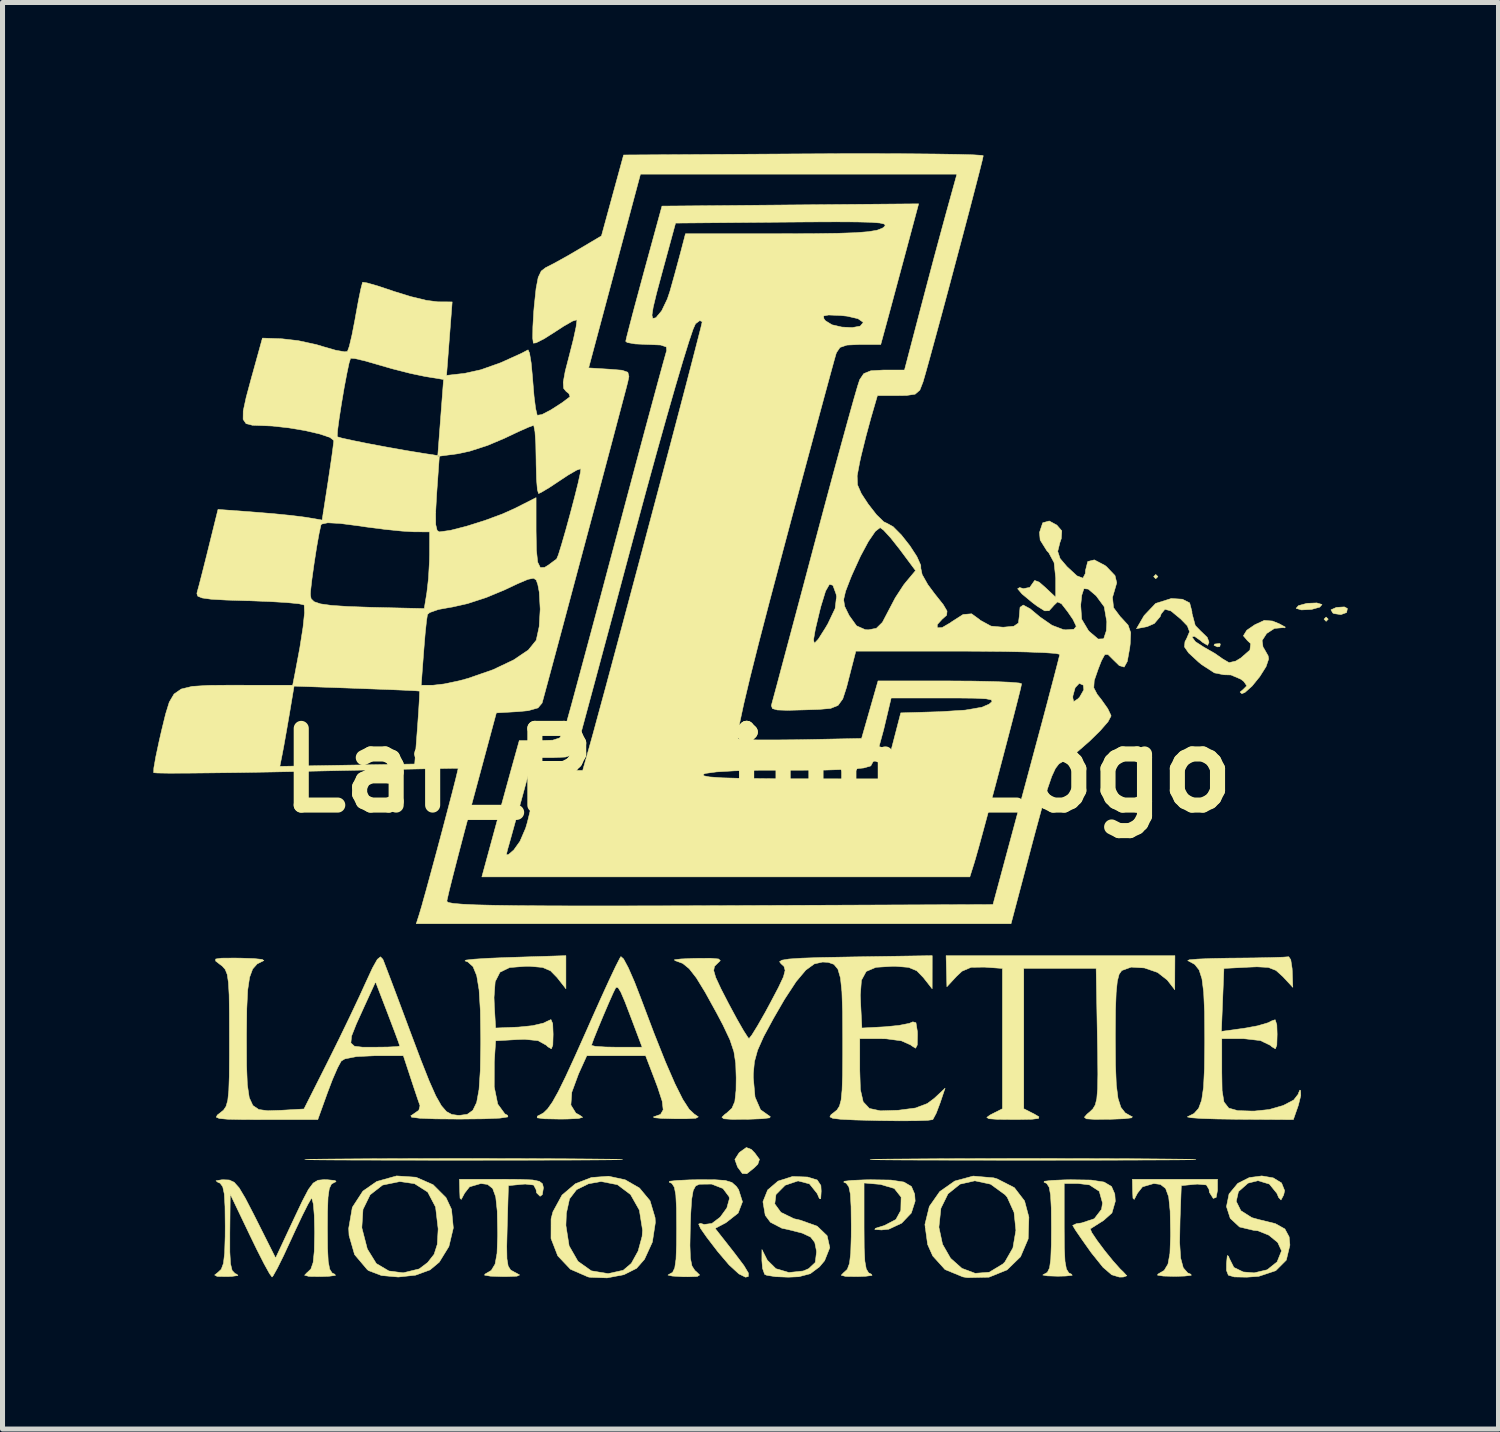
<source format=kicad_pcb>
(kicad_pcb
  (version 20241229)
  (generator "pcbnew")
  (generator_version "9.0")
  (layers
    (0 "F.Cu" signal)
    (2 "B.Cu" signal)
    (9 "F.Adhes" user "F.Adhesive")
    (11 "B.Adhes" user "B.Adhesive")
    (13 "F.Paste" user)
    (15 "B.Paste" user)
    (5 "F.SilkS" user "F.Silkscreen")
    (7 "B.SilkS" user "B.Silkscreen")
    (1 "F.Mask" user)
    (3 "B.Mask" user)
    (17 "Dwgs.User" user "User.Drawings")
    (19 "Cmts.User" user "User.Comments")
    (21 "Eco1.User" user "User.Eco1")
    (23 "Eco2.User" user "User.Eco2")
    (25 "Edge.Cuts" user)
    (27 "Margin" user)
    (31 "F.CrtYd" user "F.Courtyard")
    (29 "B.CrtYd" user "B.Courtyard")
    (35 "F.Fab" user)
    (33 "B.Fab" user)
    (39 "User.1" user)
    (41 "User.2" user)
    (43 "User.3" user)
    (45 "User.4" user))
  (footprint "Laf_Racing_Logo"
    (layer "F.Cu")
    (at 12.01 12.265)
    (property "Reference" "Laf_Racing_Logo" (at 0 0 0) (layer "F.SilkS") (effects (font (size 1.524 1.524) (thickness 0.3))))
    (attr through_hole)
    (fp_poly (pts (xy 7.959 -3.852) (xy 7.916 -3.81) (xy 7.874 -3.852) (xy 7.916 -3.895) (xy 7.959 -3.852)) (stroke (width 0.01) (type solid)) (fill yes) (layer "F.SilkS"))
    (fp_poly (pts (xy 11.345 -3.006) (xy 11.303 -2.963) (xy 11.261 -3.006) (xy 11.303 -3.048) (xy 11.345 -3.006)) (stroke (width 0.01) (type solid)) (fill yes) (layer "F.SilkS"))
    (fp_poly (pts (xy 9.2 -2.512) (xy 9.189 -2.461) (xy 9.144 -2.455) (xy 9.074 -2.486) (xy 9.088 -2.512) (xy 9.188 -2.522) (xy 9.2 -2.512)) (stroke (width 0.01) (type solid)) (fill yes) (layer "F.SilkS"))
    (fp_poly (pts (xy 11.726 -3.218) (xy 11.71 -3.138) (xy 11.597 -3.097) (xy 11.459 -3.117) (xy 11.436 -3.129) (xy 11.399 -3.192) (xy 11.507 -3.24) (xy 11.666 -3.25) (xy 11.726 -3.218)) (stroke (width 0.01) (type solid)) (fill yes) (layer "F.SilkS"))
    (fp_poly (pts (xy 11.221 -3.298) (xy 11.221 -3.297) (xy 11.176 -3.245) (xy 11.014 -3.2) (xy 11.002 -3.199) (xy 10.81 -3.19) (xy 10.708 -3.221) (xy 10.707 -3.222) (xy 10.753 -3.275) (xy 10.914 -3.319) (xy 10.927 -3.321) (xy 11.118 -3.329) (xy 11.221 -3.298)) (stroke (width 0.01) (type solid)) (fill yes) (layer "F.SilkS"))
    (fp_poly (pts (xy -0.124 7.535) (xy -0.055 7.606) (xy 0.038 7.733) (xy 0.005 7.83) (xy -0.069 7.903) (xy -0.214 8.019) (xy -0.302 8.014) (xy -0.398 7.884) (xy -0.398 7.883) (xy -0.451 7.734) (xy -0.368 7.604) (xy -0.348 7.586) (xy -0.223 7.497) (xy -0.124 7.535)) (stroke (width 0.01) (type solid)) (fill yes) (layer "F.SilkS"))
    (fp_poly (pts (xy -4.69 7.718) (xy -3.789 7.722) (xy -3.281 7.726) (xy -2.921 7.73) (xy -2.724 7.734) (xy -2.684 7.737) (xy -2.795 7.74) (xy -3.05 7.743) (xy -3.443 7.746) (xy -3.969 7.747) (xy -4.62 7.749) (xy -5.39 7.749) (xy -5.842 7.75) (xy -6.673 7.749) (xy -7.388 7.748) (xy -7.98 7.747) (xy -8.444 7.745) (xy -8.773 7.742) (xy -8.96 7.739) (xy -9 7.736) (xy -8.887 7.732) (xy -8.613 7.728) (xy -8.403 7.726) (xy -7.579 7.72) (xy -6.645 7.717) (xy -5.662 7.716) (xy -4.69 7.718)) (stroke (width 0.01) (type solid)) (fill yes) (layer "F.SilkS"))
    (fp_poly (pts (xy 6.6 7.718) (xy 7.509 7.721) (xy 8.113 7.726) (xy 8.474 7.73) (xy 8.672 7.734) (xy 8.713 7.737) (xy 8.603 7.74) (xy 8.349 7.743) (xy 7.957 7.745) (xy 7.432 7.747) (xy 6.782 7.749) (xy 6.012 7.749) (xy 5.461 7.75) (xy 4.62 7.749) (xy 3.895 7.748) (xy 3.294 7.747) (xy 2.821 7.745) (xy 2.483 7.742) (xy 2.287 7.739) (xy 2.238 7.736) (xy 2.342 7.732) (xy 2.605 7.728) (xy 2.864 7.726) (xy 3.697 7.72) (xy 4.636 7.717) (xy 5.623 7.716) (xy 6.6 7.718)) (stroke (width 0.01) (type solid)) (fill yes) (layer "F.SilkS"))
    (fp_poly (pts (xy 9.144 8.345) (xy 9.117 8.489) (xy 9.059 8.509) (xy 8.982 8.387) (xy 8.975 8.329) (xy 8.922 8.241) (xy 8.746 8.225) (xy 8.7 8.228) (xy 8.424 8.255) (xy 8.399 8.932) (xy 8.391 9.385) (xy 8.411 9.695) (xy 8.463 9.889) (xy 8.552 9.991) (xy 8.615 10.017) (xy 8.622 10.038) (xy 8.489 10.053) (xy 8.297 10.059) (xy 8.068 10.053) (xy 7.951 10.035) (xy 7.959 10.014) (xy 8.083 9.941) (xy 8.159 9.815) (xy 8.198 9.6) (xy 8.21 9.258) (xy 8.21 9.186) (xy 8.202 8.761) (xy 8.173 8.478) (xy 8.112 8.311) (xy 8.01 8.231) (xy 7.877 8.213) (xy 7.652 8.279) (xy 7.554 8.403) (xy 7.488 8.529) (xy 7.463 8.505) (xy 7.456 8.361) (xy 7.451 8.128) (xy 9.144 8.128) (xy 9.144 8.345)) (stroke (width 0.01) (type solid)) (fill yes) (layer "F.SilkS"))
    (fp_poly (pts (xy 4.693 8.1) (xy 4.768 8.123) (xy 5.105 8.295) (xy 5.308 8.559) (xy 5.394 8.882) (xy 5.38 9.313) (xy 5.228 9.669) (xy 4.96 9.93) (xy 4.601 10.075) (xy 4.171 10.084) (xy 4.082 10.069) (xy 3.727 9.923) (xy 3.482 9.652) (xy 3.381 9.425) (xy 3.334 9.082) (xy 3.605 9.082) (xy 3.677 9.42) (xy 3.837 9.699) (xy 4.062 9.899) (xy 4.326 9.998) (xy 4.605 9.977) (xy 4.875 9.814) (xy 4.917 9.772) (xy 5.076 9.494) (xy 5.136 9.143) (xy 5.099 8.786) (xy 4.964 8.487) (xy 4.921 8.436) (xy 4.632 8.226) (xy 4.32 8.159) (xy 4.026 8.225) (xy 3.786 8.418) (xy 3.645 8.705) (xy 3.605 9.082) (xy 3.334 9.082) (xy 3.327 9.028) (xy 3.415 8.669) (xy 3.622 8.373) (xy 3.92 8.164) (xy 4.286 8.065) (xy 4.693 8.1)) (stroke (width 0.01) (type solid)) (fill yes) (layer "F.SilkS"))
    (fp_poly (pts (xy -6.79 8.088) (xy -6.45 8.237) (xy -6.193 8.494) (xy -6.084 8.727) (xy -6.048 9.096) (xy -6.136 9.465) (xy -6.328 9.777) (xy -6.511 9.93) (xy -6.798 10.035) (xy -7.142 10.072) (xy -7.476 10.042) (xy -7.733 9.944) (xy -7.758 9.925) (xy -8.011 9.626) (xy -8.121 9.245) (xy -8.128 9.103) (xy -8.126 9.092) (xy -7.867 9.092) (xy -7.76 9.506) (xy -7.755 9.519) (xy -7.579 9.804) (xy -7.328 9.952) (xy -7.045 9.988) (xy -6.727 9.911) (xy -6.558 9.783) (xy -6.43 9.62) (xy -6.367 9.423) (xy -6.35 9.127) (xy -6.35 9.11) (xy -6.401 8.68) (xy -6.557 8.383) (xy -6.819 8.216) (xy -7.112 8.174) (xy -7.455 8.244) (xy -7.702 8.437) (xy -7.844 8.728) (xy -7.867 9.092) (xy -8.126 9.092) (xy -8.056 8.687) (xy -7.846 8.364) (xy -7.57 8.172) (xy -7.176 8.062) (xy -6.79 8.088)) (stroke (width 0.01) (type solid)) (fill yes) (layer "F.SilkS"))
    (fp_poly (pts (xy -2.632 8.139) (xy -2.347 8.303) (xy -2.138 8.555) (xy -2.037 8.893) (xy -2.032 8.99) (xy -2.091 9.377) (xy -2.248 9.72) (xy -2.405 9.899) (xy -2.656 10.025) (xy -2.991 10.089) (xy -3.331 10.077) (xy -3.369 10.07) (xy -3.72 9.917) (xy -3.972 9.651) (xy -4.106 9.305) (xy -4.105 9.047) (xy -3.81 9.047) (xy -3.746 9.453) (xy -3.57 9.76) (xy -3.304 9.949) (xy -2.971 10.004) (xy -2.671 9.938) (xy -2.509 9.8) (xy -2.374 9.555) (xy -2.295 9.264) (xy -2.286 9.14) (xy -2.35 8.741) (xy -2.525 8.432) (xy -2.786 8.236) (xy -3.111 8.173) (xy -3.361 8.218) (xy -3.598 8.335) (xy -3.738 8.518) (xy -3.801 8.805) (xy -3.81 9.047) (xy -4.105 9.047) (xy -4.105 8.916) (xy -4.068 8.775) (xy -3.887 8.443) (xy -3.621 8.217) (xy -3.301 8.093) (xy -2.961 8.068) (xy -2.632 8.139)) (stroke (width 0.01) (type solid)) (fill yes) (layer "F.SilkS"))
    (fp_poly (pts (xy -4.717 8.131) (xy -4.474 8.142) (xy -4.337 8.17) (xy -4.275 8.219) (xy -4.257 8.297) (xy -4.257 8.297) (xy -4.279 8.434) (xy -4.323 8.467) (xy -4.393 8.398) (xy -4.403 8.334) (xy -4.451 8.243) (xy -4.617 8.224) (xy -4.678 8.228) (xy -4.953 8.255) (xy -4.977 9.082) (xy -4.986 9.463) (xy -4.982 9.709) (xy -4.958 9.854) (xy -4.909 9.932) (xy -4.826 9.979) (xy -4.808 9.987) (xy -4.73 10.031) (xy -4.784 10.055) (xy -4.987 10.063) (xy -5.08 10.063) (xy -5.309 10.055) (xy -5.427 10.035) (xy -5.419 10.014) (xy -5.294 9.941) (xy -5.218 9.815) (xy -5.179 9.6) (xy -5.167 9.258) (xy -5.167 9.186) (xy -5.175 8.761) (xy -5.205 8.478) (xy -5.266 8.311) (xy -5.367 8.231) (xy -5.5 8.213) (xy -5.726 8.279) (xy -5.823 8.403) (xy -5.89 8.529) (xy -5.915 8.505) (xy -5.921 8.361) (xy -5.927 8.128) (xy -5.098 8.128) (xy -4.717 8.131)) (stroke (width 0.01) (type solid)) (fill yes) (layer "F.SilkS"))
    (fp_poly (pts (xy 2.649 8.144) (xy 2.91 8.184) (xy 3.059 8.272) (xy 3.123 8.422) (xy 3.133 8.562) (xy 3.057 8.799) (xy 2.865 9.001) (xy 2.609 9.121) (xy 2.465 9.136) (xy 2.331 9.127) (xy 2.342 9.104) (xy 2.508 9.052) (xy 2.518 9.05) (xy 2.75 8.928) (xy 2.848 8.748) (xy 2.854 8.483) (xy 2.718 8.311) (xy 2.44 8.23) (xy 2.426 8.229) (xy 2.117 8.202) (xy 2.117 9.09) (xy 2.12 9.493) (xy 2.133 9.756) (xy 2.161 9.912) (xy 2.208 9.989) (xy 2.265 10.017) (xy 2.276 10.04) (xy 2.147 10.057) (xy 1.99 10.063) (xy 1.751 10.06) (xy 1.663 10.036) (xy 1.709 9.987) (xy 1.714 9.984) (xy 1.784 9.919) (xy 1.828 9.8) (xy 1.852 9.594) (xy 1.862 9.268) (xy 1.863 9.061) (xy 1.859 8.672) (xy 1.845 8.421) (xy 1.814 8.277) (xy 1.762 8.207) (xy 1.714 8.186) (xy 1.722 8.168) (xy 1.869 8.151) (xy 2.128 8.14) (xy 2.248 8.138) (xy 2.649 8.144)) (stroke (width 0.01) (type solid)) (fill yes) (layer "F.SilkS"))
    (fp_poly (pts (xy 10.252 8.101) (xy 10.417 8.202) (xy 10.478 8.354) (xy 10.459 8.44) (xy 10.406 8.54) (xy 10.359 8.491) (xy 10.326 8.411) (xy 10.175 8.224) (xy 9.948 8.156) (xy 9.75 8.206) (xy 9.56 8.374) (xy 9.516 8.568) (xy 9.608 8.753) (xy 9.826 8.891) (xy 9.966 8.93) (xy 10.293 9.01) (xy 10.483 9.116) (xy 10.568 9.274) (xy 10.583 9.437) (xy 10.511 9.736) (xy 10.301 9.946) (xy 9.964 10.058) (xy 9.725 10.075) (xy 9.479 10.07) (xy 9.359 10.035) (xy 9.322 9.94) (xy 9.323 9.8) (xy 9.338 9.645) (xy 9.365 9.659) (xy 9.375 9.694) (xy 9.469 9.881) (xy 9.655 9.971) (xy 9.872 9.989) (xy 10.131 9.928) (xy 10.329 9.77) (xy 10.414 9.558) (xy 10.414 9.544) (xy 10.341 9.385) (xy 10.164 9.24) (xy 9.946 9.152) (xy 9.864 9.144) (xy 9.582 9.077) (xy 9.397 8.905) (xy 9.322 8.672) (xy 9.373 8.421) (xy 9.546 8.211) (xy 9.775 8.095) (xy 10.024 8.062) (xy 10.252 8.101)) (stroke (width 0.01) (type solid)) (fill yes) (layer "F.SilkS"))
    (fp_poly (pts (xy 0.994 8.084) (xy 1.186 8.143) (xy 1.259 8.253) (xy 1.265 8.365) (xy 1.256 8.517) (xy 1.229 8.511) (xy 1.185 8.411) (xy 1.032 8.22) (xy 0.805 8.161) (xy 0.552 8.246) (xy 0.546 8.25) (xy 0.366 8.432) (xy 0.342 8.618) (xy 0.464 8.786) (xy 0.722 8.912) (xy 0.855 8.943) (xy 1.186 9.062) (xy 1.383 9.251) (xy 1.436 9.488) (xy 1.333 9.747) (xy 1.232 9.868) (xy 1.048 10.006) (xy 0.82 10.066) (xy 0.611 10.075) (xy 0.359 10.065) (xy 0.183 10.037) (xy 0.141 10.019) (xy 0.099 9.899) (xy 0.086 9.744) (xy 0.087 9.525) (xy 0.194 9.737) (xy 0.365 9.906) (xy 0.623 9.982) (xy 0.907 9.952) (xy 1.017 9.905) (xy 1.147 9.782) (xy 1.172 9.575) (xy 1.169 9.542) (xy 1.137 9.384) (xy 1.055 9.277) (xy 0.888 9.199) (xy 0.599 9.126) (xy 0.484 9.102) (xy 0.257 8.984) (xy 0.153 8.845) (xy 0.107 8.576) (xy 0.201 8.341) (xy 0.407 8.165) (xy 0.696 8.073) (xy 0.994 8.084)) (stroke (width 0.01) (type solid)) (fill yes) (layer "F.SilkS"))
    (fp_poly (pts (xy 8.295 4.022) (xy 8.294 4.36) (xy 8.145 4.168) (xy 7.952 4.017) (xy 7.69 3.927) (xy 7.428 3.911) (xy 7.24 3.979) (xy 7.188 4.053) (xy 7.152 4.191) (xy 7.129 4.419) (xy 7.116 4.762) (xy 7.112 5.245) (xy 7.112 5.328) (xy 7.116 5.861) (xy 7.132 6.251) (xy 7.166 6.521) (xy 7.223 6.699) (xy 7.309 6.809) (xy 7.428 6.876) (xy 7.451 6.884) (xy 7.438 6.907) (xy 7.288 6.925) (xy 7.032 6.935) (xy 6.997 6.936) (xy 6.695 6.937) (xy 6.537 6.927) (xy 6.497 6.895) (xy 6.551 6.833) (xy 6.597 6.795) (xy 6.665 6.731) (xy 6.713 6.651) (xy 6.744 6.527) (xy 6.76 6.333) (xy 6.765 6.04) (xy 6.761 5.622) (xy 6.755 5.292) (xy 6.731 3.937) (xy 5.292 3.937) (xy 5.292 6.726) (xy 5.503 6.833) (xy 5.594 6.887) (xy 5.586 6.919) (xy 5.459 6.935) (xy 5.191 6.94) (xy 5.08 6.94) (xy 4.765 6.937) (xy 4.598 6.925) (xy 4.557 6.899) (xy 4.621 6.852) (xy 4.657 6.833) (xy 4.868 6.726) (xy 4.868 3.937) (xy 4.509 3.911) (xy 4.245 3.915) (xy 4.065 3.992) (xy 3.957 4.093) (xy 3.764 4.301) (xy 3.756 3.992) (xy 3.748 3.683) (xy 8.297 3.683) (xy 8.295 4.022)) (stroke (width 0.01) (type solid)) (fill yes) (layer "F.SilkS"))
    (fp_poly (pts (xy -0.642 8.152) (xy -0.51 8.192) (xy -0.423 8.269) (xy -0.377 8.334) (xy -0.3 8.576) (xy -0.386 8.801) (xy -0.629 8.992) (xy -0.636 8.996) (xy -0.844 9.105) (xy -0.463 9.59) (xy -0.272 9.843) (xy -0.182 9.993) (xy -0.184 10.062) (xy -0.239 10.075) (xy -0.372 10.009) (xy -0.567 9.83) (xy -0.791 9.567) (xy -1.011 9.28) (xy -1.134 9.104) (xy -1.171 9.019) (xy -1.132 9.005) (xy -1.062 9.027) (xy -0.908 9.007) (xy -0.742 8.881) (xy -0.611 8.7) (xy -0.56 8.516) (xy -0.566 8.475) (xy -0.688 8.312) (xy -0.914 8.224) (xy -1.157 8.227) (xy -1.231 8.261) (xy -1.279 8.35) (xy -1.31 8.526) (xy -1.329 8.822) (xy -1.337 9.059) (xy -1.344 9.445) (xy -1.335 9.698) (xy -1.304 9.852) (xy -1.246 9.942) (xy -1.215 9.968) (xy -1.151 10.031) (xy -1.199 10.061) (xy -1.383 10.067) (xy -1.487 10.066) (xy -1.694 10.053) (xy -1.781 10.033) (xy -1.757 10.017) (xy -1.689 9.98) (xy -1.646 9.89) (xy -1.621 9.716) (xy -1.611 9.428) (xy -1.609 9.102) (xy -1.612 8.702) (xy -1.625 8.441) (xy -1.654 8.288) (xy -1.702 8.212) (xy -1.757 8.186) (xy -1.749 8.168) (xy -1.6 8.152) (xy -1.341 8.14) (xy -1.208 8.138) (xy -0.861 8.137) (xy -0.642 8.152)) (stroke (width 0.01) (type solid)) (fill yes) (layer "F.SilkS"))
    (fp_poly (pts (xy 6.628 8.144) (xy 6.889 8.184) (xy 7.037 8.272) (xy 7.102 8.422) (xy 7.112 8.566) (xy 7.045 8.798) (xy 6.879 8.947) (xy 6.71 9.054) (xy 6.617 9.113) (xy 6.615 9.114) (xy 6.643 9.187) (xy 6.749 9.345) (xy 6.9 9.547) (xy 7.065 9.75) (xy 7.21 9.913) (xy 7.27 9.97) (xy 7.341 10.047) (xy 7.271 10.072) (xy 7.192 10.073) (xy 7.04 10.027) (xy 6.867 9.878) (xy 6.646 9.603) (xy 6.625 9.575) (xy 6.45 9.328) (xy 6.321 9.14) (xy 6.266 9.048) (xy 6.265 9.045) (xy 6.337 9.012) (xy 6.441 8.997) (xy 6.694 8.913) (xy 6.838 8.726) (xy 6.858 8.6) (xy 6.793 8.367) (xy 6.598 8.24) (xy 6.375 8.213) (xy 6.096 8.213) (xy 6.096 9.095) (xy 6.099 9.496) (xy 6.112 9.759) (xy 6.14 9.913) (xy 6.188 9.99) (xy 6.244 10.017) (xy 6.255 10.038) (xy 6.126 10.052) (xy 5.969 10.056) (xy 5.76 10.049) (xy 5.67 10.032) (xy 5.694 10.017) (xy 5.761 9.98) (xy 5.805 9.89) (xy 5.829 9.716) (xy 5.84 9.428) (xy 5.842 9.102) (xy 5.839 8.702) (xy 5.825 8.441) (xy 5.797 8.288) (xy 5.749 8.212) (xy 5.694 8.186) (xy 5.701 8.168) (xy 5.849 8.151) (xy 6.107 8.14) (xy 6.227 8.138) (xy 6.628 8.144)) (stroke (width 0.01) (type solid)) (fill yes) (layer "F.SilkS"))
    (fp_poly (pts (xy -2.664 3.748) (xy -2.569 3.925) (xy -2.447 4.204) (xy -2.33 4.506) (xy -2.058 5.226) (xy -1.831 5.796) (xy -1.642 6.23) (xy -1.487 6.54) (xy -1.359 6.738) (xy -1.253 6.837) (xy -1.245 6.841) (xy -1.177 6.888) (xy -1.226 6.915) (xy -1.41 6.925) (xy -1.651 6.925) (xy -1.911 6.918) (xy -2.059 6.904) (xy -2.068 6.886) (xy -2.053 6.883) (xy -1.929 6.839) (xy -1.876 6.748) (xy -1.895 6.579) (xy -1.986 6.3) (xy -2.044 6.146) (xy -2.225 5.673) (xy -3.395 5.673) (xy -3.558 6.032) (xy -3.693 6.398) (xy -3.711 6.653) (xy -3.612 6.813) (xy -3.535 6.855) (xy -3.477 6.896) (xy -3.557 6.92) (xy -3.787 6.931) (xy -3.937 6.932) (xy -4.238 6.926) (xy -4.381 6.907) (xy -4.377 6.873) (xy -4.343 6.857) (xy -4.258 6.811) (xy -4.174 6.73) (xy -4.079 6.596) (xy -3.963 6.389) (xy -3.816 6.09) (xy -3.627 5.679) (xy -3.532 5.467) (xy -3.302 5.467) (xy -3.225 5.486) (xy -3.025 5.499) (xy -2.798 5.503) (xy -2.294 5.503) (xy -2.509 4.932) (xy -2.635 4.602) (xy -2.719 4.406) (xy -2.773 4.319) (xy -2.811 4.314) (xy -2.821 4.325) (xy -2.868 4.419) (xy -2.956 4.617) (xy -3.064 4.869) (xy -3.171 5.126) (xy -3.257 5.339) (xy -3.3 5.458) (xy -3.302 5.467) (xy -3.532 5.467) (xy -3.385 5.138) (xy -3.298 4.94) (xy -3.113 4.527) (xy -2.949 4.168) (xy -2.819 3.893) (xy -2.736 3.731) (xy -2.717 3.701) (xy -2.664 3.748)) (stroke (width 0.01) (type solid)) (fill yes) (layer "F.SilkS"))
    (fp_poly (pts (xy 8.445 -3.403) (xy 8.59 -3.33) (xy 8.636 -3.155) (xy 8.636 -3.124) (xy 8.701 -2.881) (xy 8.805 -2.774) (xy 8.939 -2.645) (xy 8.975 -2.549) (xy 8.947 -2.486) (xy 8.845 -2.547) (xy 8.805 -2.582) (xy 8.684 -2.667) (xy 8.636 -2.652) (xy 8.704 -2.559) (xy 8.868 -2.453) (xy 8.869 -2.452) (xy 9.09 -2.326) (xy 9.248 -2.215) (xy 9.373 -2.142) (xy 9.504 -2.172) (xy 9.607 -2.234) (xy 9.788 -2.392) (xy 9.803 -2.52) (xy 9.737 -2.582) (xy 9.658 -2.676) (xy 9.726 -2.786) (xy 9.885 -2.895) (xy 10.073 -2.982) (xy 10.237 -2.969) (xy 10.372 -2.914) (xy 10.493 -2.848) (xy 10.477 -2.833) (xy 10.449 -2.838) (xy 10.275 -2.822) (xy 10.12 -2.721) (xy 10.03 -2.581) (xy 10.049 -2.449) (xy 10.06 -2.436) (xy 10.15 -2.278) (xy 10.16 -2.214) (xy 10.109 -2.063) (xy 9.985 -1.866) (xy 9.831 -1.676) (xy 9.688 -1.549) (xy 9.627 -1.525) (xy 9.592 -1.557) (xy 9.652 -1.607) (xy 9.726 -1.681) (xy 9.668 -1.766) (xy 9.609 -1.812) (xy 9.411 -1.897) (xy 9.271 -1.901) (xy 9.083 -1.938) (xy 8.827 -2.104) (xy 8.763 -2.157) (xy 8.569 -2.336) (xy 8.487 -2.455) (xy 8.497 -2.559) (xy 8.532 -2.624) (xy 8.588 -2.757) (xy 8.544 -2.874) (xy 8.414 -3.008) (xy 8.219 -3.169) (xy 8.099 -3.203) (xy 8.025 -3.114) (xy 8.004 -3.057) (xy 7.888 -2.92) (xy 7.743 -2.857) (xy 7.533 -2.817) (xy 7.685 -3.078) (xy 7.914 -3.319) (xy 8.225 -3.417) (xy 8.445 -3.403)) (stroke (width 0.01) (type solid)) (fill yes) (layer "F.SilkS"))
    (fp_poly (pts (xy 10.6 3.764) (xy 10.627 3.94) (xy 10.63 3.998) (xy 10.641 4.313) (xy 10.443 4.1) (xy 10.307 3.977) (xy 10.155 3.917) (xy 9.928 3.905) (xy 9.758 3.912) (xy 9.271 3.937) (xy 9.246 4.562) (xy 9.221 5.188) (xy 9.667 5.128) (xy 9.941 5.078) (xy 10.152 5.016) (xy 10.221 4.98) (xy 10.29 4.957) (xy 10.323 5.058) (xy 10.329 5.245) (xy 10.323 5.461) (xy 10.294 5.535) (xy 10.225 5.495) (xy 10.196 5.467) (xy 9.997 5.371) (xy 9.669 5.334) (xy 9.646 5.334) (xy 9.229 5.334) (xy 9.229 6.002) (xy 9.235 6.366) (xy 9.272 6.592) (xy 9.367 6.714) (xy 9.546 6.764) (xy 9.838 6.773) (xy 9.875 6.773) (xy 10.172 6.742) (xy 10.449 6.662) (xy 10.658 6.553) (xy 10.752 6.432) (xy 10.753 6.418) (xy 10.78 6.356) (xy 10.795 6.364) (xy 10.799 6.465) (xy 10.752 6.653) (xy 10.745 6.675) (xy 10.651 6.943) (xy 9.538 6.936) (xy 9.139 6.93) (xy 8.823 6.92) (xy 8.616 6.905) (xy 8.544 6.889) (xy 8.551 6.884) (xy 8.677 6.821) (xy 8.768 6.72) (xy 8.829 6.554) (xy 8.866 6.299) (xy 8.884 5.928) (xy 8.89 5.418) (xy 8.89 5.334) (xy 8.886 4.802) (xy 8.869 4.414) (xy 8.835 4.144) (xy 8.778 3.967) (xy 8.692 3.858) (xy 8.571 3.791) (xy 8.551 3.784) (xy 8.581 3.766) (xy 8.752 3.751) (xy 9.038 3.739) (xy 9.411 3.732) (xy 9.461 3.732) (xy 9.865 3.728) (xy 10.206 3.721) (xy 10.448 3.713) (xy 10.558 3.705) (xy 10.559 3.704) (xy 10.6 3.764)) (stroke (width 0.01) (type solid)) (fill yes) (layer "F.SilkS"))
    (fp_poly (pts (xy -8.552 8.138) (xy -8.398 8.153) (xy -8.379 8.178) (xy -8.403 8.186) (xy -8.471 8.224) (xy -8.514 8.314) (xy -8.539 8.488) (xy -8.549 8.776) (xy -8.551 9.102) (xy -8.548 9.501) (xy -8.535 9.762) (xy -8.506 9.915) (xy -8.458 9.991) (xy -8.403 10.017) (xy -8.392 10.04) (xy -8.521 10.057) (xy -8.678 10.063) (xy -8.917 10.06) (xy -9.005 10.036) (xy -8.959 9.987) (xy -8.954 9.984) (xy -8.88 9.913) (xy -8.835 9.783) (xy -8.812 9.557) (xy -8.805 9.201) (xy -8.805 9.165) (xy -8.812 8.849) (xy -8.831 8.62) (xy -8.859 8.513) (xy -8.873 8.513) (xy -8.936 8.622) (xy -9.049 8.846) (xy -9.192 9.148) (xy -9.276 9.331) (xy -9.423 9.648) (xy -9.547 9.898) (xy -9.63 10.046) (xy -9.652 10.072) (xy -9.703 10.002) (xy -9.81 9.809) (xy -9.954 9.526) (xy -10.088 9.25) (xy -10.483 8.424) (xy -10.491 9.201) (xy -10.491 9.574) (xy -10.477 9.81) (xy -10.445 9.942) (xy -10.387 10.003) (xy -10.351 10.017) (xy -10.33 10.042) (xy -10.451 10.059) (xy -10.541 10.063) (xy -10.742 10.06) (xy -10.793 10.032) (xy -10.732 9.984) (xy -10.662 9.919) (xy -10.618 9.8) (xy -10.594 9.594) (xy -10.584 9.268) (xy -10.583 9.061) (xy -10.587 8.672) (xy -10.601 8.421) (xy -10.632 8.277) (xy -10.684 8.207) (xy -10.732 8.186) (xy -10.766 8.158) (xy -10.652 8.139) (xy -10.624 8.138) (xy -10.503 8.143) (xy -10.405 8.188) (xy -10.307 8.298) (xy -10.185 8.502) (xy -10.017 8.826) (xy -9.974 8.911) (xy -9.581 9.694) (xy -9.215 8.911) (xy -9.048 8.559) (xy -8.929 8.332) (xy -8.834 8.205) (xy -8.74 8.148) (xy -8.623 8.136) (xy -8.552 8.138)) (stroke (width 0.01) (type solid)) (fill yes) (layer "F.SilkS"))
    (fp_poly (pts (xy 3.471 4.341) (xy 3.296 4.118) (xy 3.164 3.983) (xy 3.003 3.916) (xy 2.752 3.895) (xy 2.671 3.895) (xy 2.353 3.915) (xy 2.16 3.997) (xy 2.065 4.172) (xy 2.043 4.468) (xy 2.049 4.628) (xy 2.074 5.122) (xy 2.536 5.097) (xy 2.81 5.07) (xy 3.017 5.029) (xy 3.087 4.999) (xy 3.149 5.016) (xy 3.178 5.197) (xy 3.179 5.255) (xy 3.175 5.459) (xy 3.142 5.523) (xy 3.062 5.474) (xy 3.045 5.459) (xy 2.859 5.376) (xy 2.559 5.336) (xy 2.47 5.334) (xy 2.032 5.334) (xy 2.032 5.959) (xy 2.044 6.344) (xy 2.1 6.589) (xy 2.224 6.721) (xy 2.444 6.768) (xy 2.786 6.757) (xy 2.793 6.757) (xy 3.139 6.712) (xy 3.375 6.623) (xy 3.514 6.519) (xy 3.728 6.318) (xy 3.63 6.609) (xy 3.553 6.813) (xy 3.488 6.935) (xy 3.481 6.943) (xy 3.381 6.957) (xy 3.146 6.965) (xy 2.81 6.967) (xy 2.408 6.962) (xy 2.377 6.961) (xy 1.943 6.95) (xy 1.657 6.936) (xy 1.496 6.917) (xy 1.438 6.888) (xy 1.46 6.845) (xy 1.509 6.808) (xy 1.579 6.751) (xy 1.628 6.675) (xy 1.661 6.553) (xy 1.68 6.357) (xy 1.69 6.061) (xy 1.693 5.638) (xy 1.693 5.346) (xy 1.69 4.8) (xy 1.677 4.401) (xy 1.648 4.125) (xy 1.597 3.951) (xy 1.518 3.856) (xy 1.405 3.816) (xy 1.291 3.81) (xy 1.128 3.847) (xy 0.958 3.971) (xy 0.766 4.2) (xy 0.536 4.551) (xy 0.317 4.929) (xy 0.121 5.292) (xy 0.000497 5.563) (xy -0.062 5.791) (xy -0.084 6.027) (xy -0.085 6.108) (xy -0.05 6.495) (xy 0.059 6.746) (xy 0.252 6.883) (xy 0.254 6.884) (xy 0.241 6.907) (xy 0.091 6.925) (xy -0.166 6.935) (xy -0.209 6.936) (xy -0.513 6.937) (xy -0.671 6.926) (xy -0.709 6.896) (xy -0.651 6.839) (xy -0.612 6.811) (xy -0.509 6.716) (xy -0.452 6.583) (xy -0.428 6.363) (xy -0.425 6.112) (xy -0.434 5.826) (xy -0.47 5.592) (xy -0.549 5.355) (xy -0.688 5.061) (xy -0.812 4.826) (xy -1.041 4.411) (xy -1.216 4.125) (xy -1.359 3.942) (xy -1.488 3.837) (xy -1.624 3.787) (xy -1.639 3.784) (xy -1.653 3.765) (xy -1.525 3.749) (xy -1.282 3.738) (xy -1.233 3.737) (xy -0.931 3.735) (xy -0.775 3.749) (xy -0.74 3.782) (xy -0.793 3.833) (xy -0.856 3.895) (xy -0.872 3.979) (xy -0.832 4.117) (xy -0.727 4.343) (xy -0.576 4.636) (xy -0.413 4.939) (xy -0.278 5.175) (xy -0.19 5.311) (xy -0.169 5.331) (xy -0.114 5.262) (xy 0.001 5.076) (xy 0.155 4.806) (xy 0.244 4.641) (xy 0.416 4.315) (xy 0.515 4.104) (xy 0.548 3.976) (xy 0.526 3.897) (xy 0.466 3.842) (xy 0.437 3.803) (xy 0.484 3.773) (xy 0.624 3.75) (xy 0.876 3.733) (xy 1.257 3.72) (xy 1.787 3.71) (xy 1.894 3.708) (xy 3.472 3.683) (xy 3.471 4.341)) (stroke (width 0.01) (type solid)) (fill yes) (layer "F.SilkS"))
    (fp_poly (pts (xy -3.81 4.341) (xy -3.985 4.118) (xy -4.116 3.984) (xy -4.274 3.917) (xy -4.521 3.895) (xy -4.617 3.895) (xy -4.928 3.919) (xy -5.12 4.012) (xy -5.216 4.2) (xy -5.239 4.513) (xy -5.233 4.68) (xy -5.207 5.122) (xy -4.752 5.103) (xy -4.473 5.075) (xy -4.255 5.024) (xy -4.181 4.987) (xy -4.107 4.954) (xy -4.072 5.035) (xy -4.064 5.245) (xy -4.07 5.461) (xy -4.099 5.535) (xy -4.168 5.495) (xy -4.201 5.463) (xy -4.363 5.373) (xy -4.63 5.346) (xy -4.773 5.351) (xy -5.207 5.376) (xy -5.234 5.799) (xy -5.235 6.292) (xy -5.165 6.634) (xy -5.024 6.828) (xy -4.969 6.857) (xy -4.963 6.889) (xy -5.121 6.913) (xy -5.442 6.927) (xy -5.919 6.932) (xy -5.927 6.932) (xy -6.404 6.928) (xy -6.719 6.915) (xy -6.879 6.894) (xy -6.893 6.863) (xy -6.87 6.852) (xy -6.734 6.757) (xy -6.71 6.667) (xy -6.757 6.531) (xy -6.836 6.296) (xy -6.895 6.117) (xy -7.041 5.673) (xy -7.616 5.673) (xy -7.971 5.689) (xy -8.204 5.735) (xy -8.277 5.779) (xy -8.348 5.91) (xy -8.451 6.147) (xy -8.552 6.413) (xy -8.743 6.943) (xy -9.809 6.943) (xy -10.246 6.941) (xy -10.536 6.935) (xy -10.7 6.92) (xy -10.761 6.894) (xy -10.74 6.852) (xy -10.687 6.811) (xy -10.616 6.754) (xy -10.566 6.679) (xy -10.532 6.56) (xy -10.512 6.37) (xy -10.502 6.081) (xy -10.499 5.667) (xy -10.499 5.334) (xy -10.5 4.828) (xy -10.505 4.464) (xy -10.519 4.216) (xy -10.543 4.056) (xy -10.583 3.957) (xy -10.64 3.892) (xy -10.687 3.857) (xy -10.774 3.789) (xy -10.773 3.75) (xy -10.66 3.733) (xy -10.411 3.731) (xy -10.285 3.732) (xy -10.015 3.741) (xy -9.848 3.758) (xy -9.814 3.781) (xy -9.821 3.784) (xy -9.947 3.847) (xy -10.037 3.948) (xy -10.098 4.113) (xy -10.136 4.367) (xy -10.154 4.736) (xy -10.16 5.245) (xy -10.16 5.34) (xy -10.158 5.867) (xy -10.143 6.248) (xy -10.105 6.506) (xy -10.033 6.662) (xy -9.915 6.742) (xy -9.741 6.766) (xy -9.498 6.758) (xy -9.468 6.757) (xy -9.017 6.731) (xy -8.548 5.8) (xy -8.359 5.419) (xy -8.085 5.419) (xy -8.013 5.484) (xy -7.85 5.503) (xy -7.626 5.503) (xy -7.356 5.5) (xy -7.17 5.491) (xy -7.112 5.481) (xy -7.14 5.397) (xy -7.215 5.195) (xy -7.322 4.913) (xy -7.353 4.831) (xy -7.594 4.204) (xy -7.811 4.677) (xy -7.977 5.043) (xy -8.071 5.281) (xy -8.085 5.419) (xy -8.359 5.419) (xy -8.33 5.361) (xy -8.108 4.902) (xy -7.911 4.485) (xy -7.796 4.233) (xy -7.654 3.926) (xy -7.559 3.757) (xy -7.496 3.706) (xy -7.45 3.754) (xy -7.443 3.768) (xy -7.391 3.903) (xy -7.291 4.165) (xy -7.156 4.523) (xy -6.998 4.946) (xy -6.902 5.204) (xy -6.693 5.759) (xy -6.528 6.175) (xy -6.397 6.47) (xy -6.286 6.666) (xy -6.184 6.783) (xy -6.079 6.84) (xy -5.959 6.857) (xy -5.923 6.858) (xy -5.771 6.837) (xy -5.66 6.758) (xy -5.584 6.601) (xy -5.537 6.344) (xy -5.512 5.965) (xy -5.503 5.442) (xy -5.503 5.334) (xy -5.511 4.775) (xy -5.536 4.364) (xy -5.583 4.079) (xy -5.657 3.9) (xy -5.761 3.807) (xy -5.816 3.787) (xy -5.796 3.771) (xy -5.632 3.753) (xy -5.351 3.735) (xy -4.979 3.72) (xy -4.889 3.717) (xy -3.81 3.683) (xy -3.81 4.341)) (stroke (width 0.01) (type solid)) (fill yes) (layer "F.SilkS"))
    (fp_poly (pts (xy 2.924 -10.225) (xy 2.807 -9.791) (xy 2.697 -9.381) (xy 2.606 -9.043) (xy 2.547 -8.826) (xy 2.449 -8.467) (xy 2.034 -8.467) (xy 1.777 -8.455) (xy 1.639 -8.408) (xy 1.569 -8.305) (xy 1.559 -8.276) (xy 1.525 -8.157) (xy 1.452 -7.891) (xy 1.345 -7.497) (xy 1.208 -6.991) (xy 1.047 -6.391) (xy 0.865 -5.715) (xy 0.668 -4.979) (xy 0.507 -4.374) (xy 0.242 -3.374) (xy 0.023 -2.533) (xy -0.149 -1.849) (xy -0.275 -1.319) (xy -0.356 -0.94) (xy -0.393 -0.71) (xy -0.387 -0.625) (xy -0.386 -0.625) (xy -0.27 -0.613) (xy -0.017 -0.606) (xy 0.336 -0.605) (xy 0.758 -0.609) (xy 0.89 -0.611) (xy 2.068 -0.635) (xy 2.395 -1.778) (xy 3.822 -1.778) (xy 4.292 -1.775) (xy 4.697 -1.766) (xy 5.01 -1.753) (xy 5.201 -1.737) (xy 5.249 -1.722) (xy 5.229 -1.626) (xy 5.171 -1.395) (xy 5.085 -1.06) (xy 4.978 -0.649) (xy 4.858 -0.192) (xy 4.733 0.281) (xy 4.61 0.742) (xy 4.497 1.161) (xy 4.402 1.509) (xy 4.332 1.756) (xy 4.307 1.841) (xy 4.22 2.117) (xy -5.481 2.117) (xy -5.362 1.68) (xy -4.995 1.68) (xy -4.952 1.673) (xy -4.846 1.582) (xy -4.722 1.408) (xy -4.61 1.148) (xy -4.576 1.032) (xy -4.472 0.605) (xy -4.395 0.315) (xy -4.329 0.135) (xy -4.306 0.106) (xy -1.076 0.106) (xy -0.954 0.13) (xy -0.699 0.148) (xy -0.3 0.159) (xy 0.251 0.165) (xy 0.64 0.167) (xy 2.507 0.169) (xy 2.677 -0.487) (xy 2.847 -1.143) (xy 3.637 -1.167) (xy 4.126 -1.198) (xy 4.458 -1.255) (xy 4.602 -1.316) (xy 4.661 -1.367) (xy 4.649 -1.402) (xy 4.544 -1.423) (xy 4.326 -1.435) (xy 3.973 -1.439) (xy 3.717 -1.439) (xy 2.656 -1.439) (xy 2.507 -0.81) (xy 2.421 -0.494) (xy 2.332 -0.24) (xy 2.255 -0.096) (xy 2.246 -0.087) (xy 2.109 -0.048) (xy 1.806 -0.021) (xy 1.341 -0.006) (xy 0.718 -0.003) (xy 0.606 -0.004) (xy 0.02 -0.003) (xy -0.46 0.009) (xy -0.816 0.03) (xy -1.03 0.059) (xy -1.074 0.075) (xy -1.076 0.106) (xy -4.306 0.106) (xy -4.256 0.04) (xy -4.159 0.004) (xy -4.021 -0.001) (xy -3.894 0) (xy -3.476 0) (xy -3.35 -0.445) (xy -3.27 -0.731) (xy -3.16 -1.137) (xy -3.022 -1.643) (xy -2.864 -2.232) (xy -2.689 -2.884) (xy -2.503 -3.582) (xy -2.31 -4.305) (xy -2.116 -5.036) (xy -1.925 -5.755) (xy -1.742 -6.445) (xy -1.573 -7.087) (xy -1.422 -7.661) (xy -1.295 -8.15) (xy -1.196 -8.534) (xy -1.129 -8.795) (xy -1.101 -8.915) (xy -1.101 -8.919) (xy -1.148 -8.942) (xy -1.233 -8.879) (xy -1.281 -8.772) (xy -1.367 -8.517) (xy -1.487 -8.129) (xy -1.636 -7.625) (xy -1.81 -7.018) (xy -2.004 -6.326) (xy -2.214 -5.563) (xy -2.435 -4.745) (xy -2.458 -4.661) (xy -2.674 -3.854) (xy -2.877 -3.094) (xy -3.065 -2.396) (xy -3.231 -1.778) (xy -3.372 -1.255) (xy -3.483 -0.844) (xy -3.56 -0.561) (xy -3.599 -0.423) (xy -3.601 -0.414) (xy -3.67 -0.313) (xy -3.82 -0.265) (xy -4.059 -0.254) (xy -4.465 -0.254) (xy -4.691 0.572) (xy -4.793 0.94) (xy -4.882 1.261) (xy -4.946 1.491) (xy -4.968 1.566) (xy -4.995 1.68) (xy -5.362 1.68) (xy -5.233 1.206) (xy -5.117 0.782) (xy -5.003 0.366) (xy -4.907 0.017) (xy -4.861 -0.148) (xy -4.737 -0.593) (xy -4.322 -0.593) (xy -4.071 -0.601) (xy -3.935 -0.645) (xy -3.86 -0.755) (xy -3.821 -0.868) (xy -3.782 -1.007) (xy -3.703 -1.291) (xy -3.592 -1.701) (xy -3.452 -2.22) (xy -3.288 -2.83) (xy -3.106 -3.51) (xy -2.911 -4.244) (xy -2.794 -4.682) (xy -2.595 -5.431) (xy -2.408 -6.132) (xy -2.238 -6.767) (xy -2.089 -7.318) (xy -1.967 -7.769) (xy -1.876 -8.101) (xy -1.821 -8.298) (xy -1.807 -8.344) (xy -1.813 -8.418) (xy -1.926 -8.456) (xy -2.175 -8.467) (xy -2.192 -8.467) (xy -2.436 -8.478) (xy -2.591 -8.506) (xy -2.621 -8.53) (xy -2.598 -8.63) (xy -2.538 -8.863) (xy -2.489 -9.05) (xy -2.099 -9.05) (xy -2.084 -8.986) (xy -2.034 -8.994) (xy -2.015 -9.005) (xy -1.991 -9.034) (xy 1.311 -9.034) (xy 1.32 -8.977) (xy 1.35 -8.938) (xy 1.481 -8.858) (xy 1.677 -8.813) (xy 1.882 -8.803) (xy 2.041 -8.832) (xy 2.098 -8.9) (xy 2.096 -8.911) (xy 1.996 -8.98) (xy 1.78 -9.03) (xy 1.651 -9.043) (xy 1.412 -9.053) (xy 1.311 -9.034) (xy -1.991 -9.034) (xy -1.905 -9.138) (xy -1.793 -9.372) (xy -1.742 -9.524) (xy -1.648 -9.86) (xy -1.556 -10.2) (xy -1.527 -10.308) (xy -1.433 -10.668) (xy 0.453 -10.668) (xy 1.092 -10.67) (xy 1.583 -10.677) (xy 1.945 -10.689) (xy 2.201 -10.709) (xy 2.371 -10.737) (xy 2.475 -10.776) (xy 2.503 -10.793) (xy 2.538 -10.832) (xy 2.52 -10.861) (xy 2.431 -10.882) (xy 2.254 -10.896) (xy 1.972 -10.903) (xy 1.567 -10.905) (xy 1.024 -10.903) (xy 0.519 -10.899) (xy -1.63 -10.88) (xy -1.898 -9.895) (xy -2.009 -9.481) (xy -2.075 -9.207) (xy -2.099 -9.05) (xy -2.489 -9.05) (xy -2.449 -9.202) (xy -2.337 -9.617) (xy -2.259 -9.906) (xy -1.9 -11.218) (xy 0.651 -11.241) (xy 3.202 -11.263) (xy 2.924 -10.225)) (stroke (width 0.01) (type solid)) (fill yes) (layer "F.SilkS"))
    (fp_poly (pts (xy 3.008 -12.258) (xy 3.55 -12.253) (xy 3.985 -12.246) (xy 4.295 -12.237) (xy 4.462 -12.226) (xy 4.487 -12.219) (xy 4.466 -12.124) (xy 4.408 -11.892) (xy 4.319 -11.548) (xy 4.207 -11.118) (xy 4.078 -10.63) (xy 3.939 -10.108) (xy 3.798 -9.578) (xy 3.661 -9.068) (xy 3.534 -8.601) (xy 3.426 -8.206) (xy 3.343 -7.907) (xy 3.292 -7.731) (xy 3.291 -7.726) (xy 3.226 -7.56) (xy 3.133 -7.479) (xy 2.958 -7.453) (xy 2.793 -7.451) (xy 2.383 -7.451) (xy 2.253 -7.004) (xy 2.155 -6.642) (xy 2.059 -6.255) (xy 2.029 -6.119) (xy 1.98 -5.856) (xy 1.987 -5.676) (xy 2.063 -5.502) (xy 2.199 -5.295) (xy 2.365 -5.082) (xy 2.509 -4.942) (xy 2.575 -4.911) (xy 2.695 -4.845) (xy 2.857 -4.682) (xy 3.027 -4.467) (xy 3.168 -4.25) (xy 3.245 -4.077) (xy 3.246 -4.017) (xy 3.272 -3.893) (xy 3.385 -3.693) (xy 3.518 -3.514) (xy 3.691 -3.296) (xy 3.767 -3.167) (xy 3.759 -3.085) (xy 3.678 -3.012) (xy 3.674 -3.01) (xy 3.573 -2.899) (xy 3.573 -2.834) (xy 3.671 -2.84) (xy 3.834 -2.935) (xy 3.859 -2.954) (xy 4.086 -3.099) (xy 4.255 -3.113) (xy 4.414 -2.998) (xy 4.426 -2.985) (xy 4.641 -2.868) (xy 4.883 -2.846) (xy 5.095 -2.866) (xy 5.186 -2.929) (xy 5.204 -3.072) (xy 5.204 -3.079) (xy 5.218 -3.242) (xy 5.282 -3.287) (xy 5.42 -3.212) (xy 5.617 -3.048) (xy 5.854 -2.884) (xy 6.079 -2.799) (xy 6.128 -2.794) (xy 6.289 -2.806) (xy 6.336 -2.864) (xy 6.271 -3) (xy 6.167 -3.152) (xy 6.064 -3.285) (xy 6.424 -3.285) (xy 6.443 -3.006) (xy 6.576 -2.782) (xy 6.598 -2.758) (xy 6.771 -2.611) (xy 6.881 -2.616) (xy 6.934 -2.777) (xy 6.943 -2.954) (xy 6.891 -3.254) (xy 6.731 -3.471) (xy 6.575 -3.604) (xy 6.488 -3.613) (xy 6.445 -3.482) (xy 6.424 -3.285) (xy 6.064 -3.285) (xy 6.042 -3.313) (xy 5.963 -3.349) (xy 5.885 -3.275) (xy 5.873 -3.259) (xy 5.795 -3.174) (xy 5.707 -3.172) (xy 5.559 -3.265) (xy 5.464 -3.336) (xy 5.257 -3.508) (xy 5.17 -3.611) (xy 5.211 -3.635) (xy 5.285 -3.613) (xy 5.412 -3.638) (xy 5.456 -3.701) (xy 5.509 -3.776) (xy 5.599 -3.742) (xy 5.717 -3.639) (xy 5.927 -3.442) (xy 5.927 -3.824) (xy 5.895 -4.13) (xy 5.788 -4.329) (xy 5.753 -4.364) (xy 5.618 -4.58) (xy 5.605 -4.73) (xy 5.669 -4.922) (xy 5.799 -4.958) (xy 5.95 -4.876) (xy 6.048 -4.762) (xy 6.038 -4.608) (xy 6.01 -4.527) (xy 5.967 -4.354) (xy 6.014 -4.212) (xy 6.151 -4.051) (xy 6.35 -3.867) (xy 6.468 -3.822) (xy 6.516 -3.914) (xy 6.519 -3.974) (xy 6.564 -4.152) (xy 6.695 -4.185) (xy 6.905 -4.075) (xy 6.939 -4.048) (xy 7.106 -3.873) (xy 7.14 -3.729) (xy 7.139 -3.725) (xy 7.056 -3.439) (xy 7.077 -3.234) (xy 7.211 -3.055) (xy 7.232 -3.034) (xy 7.366 -2.888) (xy 7.418 -2.738) (xy 7.408 -2.513) (xy 7.398 -2.431) (xy 7.35 -2.165) (xy 7.288 -2.054) (xy 7.191 -2.083) (xy 7.066 -2.205) (xy 6.968 -2.303) (xy 6.903 -2.302) (xy 6.837 -2.181) (xy 6.772 -2.014) (xy 6.693 -1.786) (xy 6.684 -1.642) (xy 6.751 -1.513) (xy 6.831 -1.412) (xy 6.961 -1.229) (xy 7.026 -1.093) (xy 7.027 -1.08) (xy 6.967 -0.967) (xy 6.811 -0.788) (xy 6.6 -0.581) (xy 6.373 -0.383) (xy 6.171 -0.232) (xy 6.062 -0.173) (xy 5.99 -0.128) (xy 5.921 -0.037) (xy 5.848 0.121) (xy 5.763 0.368) (xy 5.657 0.727) (xy 5.523 1.219) (xy 5.455 1.474) (xy 5.039 3.048) (xy -6.785 3.048) (xy -6.724 2.857) (xy -6.672 2.682) (xy -6.651 2.604) (xy -6.177 2.604) (xy -6.147 2.626) (xy -6.047 2.645) (xy -5.868 2.66) (xy -5.599 2.673) (xy -5.229 2.682) (xy -4.749 2.689) (xy -4.148 2.693) (xy -3.416 2.695) (xy -2.541 2.694) (xy -1.515 2.692) (xy -0.75 2.689) (xy 4.68 2.667) (xy 5.342 0.212) (xy 5.508 -0.407) (xy 5.66 -0.972) (xy 5.785 -1.442) (xy 6.267 -1.442) (xy 6.285 -1.368) (xy 6.366 -1.42) (xy 6.402 -1.455) (xy 6.486 -1.602) (xy 6.476 -1.694) (xy 6.395 -1.73) (xy 6.314 -1.644) (xy 6.268 -1.478) (xy 6.267 -1.442) (xy 5.785 -1.442) (xy 5.79 -1.464) (xy 5.895 -1.862) (xy 5.968 -2.144) (xy 6.005 -2.292) (xy 6.008 -2.307) (xy 5.928 -2.325) (xy 5.702 -2.341) (xy 5.353 -2.354) (xy 4.904 -2.364) (xy 4.378 -2.369) (xy 3.983 -2.371) (xy 1.954 -2.371) (xy 1.861 -2.011) (xy 1.769 -1.651) (xy 1.694 -1.421) (xy 1.6 -1.292) (xy 1.452 -1.232) (xy 1.217 -1.212) (xy 0.939 -1.203) (xy 0.597 -1.194) (xy 0.393 -1.201) (xy 0.296 -1.229) (xy 0.275 -1.286) (xy 0.285 -1.33) (xy 0.316 -1.444) (xy 0.386 -1.703) (xy 0.488 -2.087) (xy 0.619 -2.577) (xy 0.623 -2.592) (xy 1.112 -2.592) (xy 1.13 -2.527) (xy 1.207 -2.608) (xy 1.346 -2.827) (xy 1.397 -2.913) (xy 1.542 -3.218) (xy 1.563 -3.395) (xy 1.711 -3.395) (xy 1.732 -3.26) (xy 1.812 -3.096) (xy 1.82 -3.08) (xy 1.968 -2.874) (xy 2.14 -2.798) (xy 2.202 -2.794) (xy 2.362 -2.825) (xy 2.482 -2.943) (xy 2.591 -3.151) (xy 2.738 -3.431) (xy 2.904 -3.686) (xy 2.947 -3.74) (xy 3.141 -3.972) (xy 2.823 -4.399) (xy 2.647 -4.621) (xy 2.505 -4.776) (xy 2.436 -4.826) (xy 2.341 -4.752) (xy 2.204 -4.552) (xy 2.045 -4.256) (xy 1.882 -3.898) (xy 1.851 -3.824) (xy 1.75 -3.562) (xy 1.711 -3.395) (xy 1.563 -3.395) (xy 1.571 -3.453) (xy 1.561 -3.506) (xy 1.498 -3.679) (xy 1.43 -3.7) (xy 1.352 -3.564) (xy 1.26 -3.265) (xy 1.238 -3.179) (xy 1.149 -2.807) (xy 1.112 -2.592) (xy 0.623 -2.592) (xy 0.773 -3.154) (xy 0.945 -3.799) (xy 1.129 -4.493) (xy 1.139 -4.53) (xy 1.325 -5.228) (xy 1.5 -5.879) (xy 1.66 -6.466) (xy 1.798 -6.967) (xy 1.909 -7.364) (xy 1.988 -7.637) (xy 2.03 -7.766) (xy 2.031 -7.768) (xy 2.111 -7.887) (xy 2.251 -7.944) (xy 2.504 -7.959) (xy 2.517 -7.959) (xy 2.921 -7.959) (xy 3.237 -9.165) (xy 3.371 -9.673) (xy 3.51 -10.198) (xy 3.641 -10.683) (xy 3.746 -11.069) (xy 3.758 -11.113) (xy 3.963 -11.853) (xy 0.817 -11.853) (xy -2.328 -11.853) (xy -3.358 -8.001) (xy -2.941 -7.975) (xy -2.695 -7.955) (xy -2.579 -7.915) (xy -2.557 -7.831) (xy -2.58 -7.721) (xy -2.614 -7.588) (xy -2.686 -7.316) (xy -2.789 -6.927) (xy -2.917 -6.443) (xy -3.065 -5.887) (xy -3.226 -5.282) (xy -3.395 -4.651) (xy -3.565 -4.015) (xy -3.73 -3.397) (xy -3.884 -2.821) (xy -4.022 -2.307) (xy -4.137 -1.88) (xy -4.223 -1.561) (xy -4.274 -1.373) (xy -4.284 -1.338) (xy -4.365 -1.242) (xy -4.559 -1.187) (xy -4.76 -1.168) (xy -5.193 -1.143) (xy -5.683 0.677) (xy -5.826 1.211) (xy -5.952 1.692) (xy -6.056 2.096) (xy -6.132 2.399) (xy -6.172 2.574) (xy -6.177 2.604) (xy -6.651 2.604) (xy -6.593 2.398) (xy -6.494 2.035) (xy -6.383 1.626) (xy -6.27 1.203) (xy -6.163 0.796) (xy -6.069 0.438) (xy -5.998 0.159) (xy -5.958 -0.008) (xy -5.952 -0.042) (xy -6.038 -0.042) (xy -6.273 -0.038) (xy -6.64 -0.031) (xy -7.118 -0.021) (xy -7.689 -0.009) (xy -8.333 0.004) (xy -8.969 0.018) (xy -9.664 0.032) (xy -10.305 0.043) (xy -10.871 0.05) (xy -11.343 0.055) (xy -11.702 0.056) (xy -11.929 0.052) (xy -12.005 0.046) (xy -12.002 -0.046) (xy -11.996 -0.08) (xy -9.497 -0.08) (xy -8.156 -0.104) (xy -6.816 -0.127) (xy -6.761 -0.847) (xy -6.738 -1.173) (xy -6.723 -1.425) (xy -6.718 -1.562) (xy -6.719 -1.576) (xy -6.803 -1.583) (xy -7.026 -1.594) (xy -7.359 -1.608) (xy -7.771 -1.623) (xy -7.973 -1.631) (xy -9.214 -1.675) (xy -9.308 -1.113) (xy -9.365 -0.783) (xy -9.417 -0.489) (xy -9.45 -0.315) (xy -9.497 -0.08) (xy -11.996 -0.08) (xy -11.964 -0.265) (xy -11.898 -0.574) (xy -11.848 -0.792) (xy -11.768 -1.12) (xy -11.695 -1.357) (xy -11.6 -1.518) (xy -11.457 -1.617) (xy -11.239 -1.67) (xy -10.918 -1.69) (xy -10.469 -1.694) (xy -10.198 -1.693) (xy -9.242 -1.693) (xy -6.687 -1.693) (xy -6.449 -1.693) (xy -6.232 -1.718) (xy -5.937 -1.78) (xy -5.752 -1.83) (xy -5.258 -2.002) (xy -4.851 -2.195) (xy -4.557 -2.393) (xy -4.403 -2.583) (xy -4.399 -2.591) (xy -4.341 -2.859) (xy -4.321 -3.206) (xy -4.34 -3.545) (xy -4.369 -3.696) (xy -4.4 -3.784) (xy -4.453 -3.82) (xy -4.564 -3.798) (xy -4.765 -3.713) (xy -5.03 -3.588) (xy -5.393 -3.437) (xy -5.768 -3.315) (xy -6.076 -3.246) (xy -6.088 -3.245) (xy -6.343 -3.199) (xy -6.517 -3.138) (xy -6.562 -3.099) (xy -6.581 -2.974) (xy -6.607 -2.729) (xy -6.633 -2.413) (xy -6.638 -2.349) (xy -6.687 -1.693) (xy -9.242 -1.693) (xy -9.196 -1.926) (xy -9.1 -2.436) (xy -9.036 -2.844) (xy -9.006 -3.132) (xy -9.012 -3.278) (xy -9.018 -3.29) (xy -9.119 -3.313) (xy -9.355 -3.336) (xy -9.692 -3.356) (xy -10.095 -3.372) (xy -10.128 -3.372) (xy -10.568 -3.386) (xy -10.864 -3.403) (xy -11.042 -3.428) (xy -11.128 -3.463) (xy -11.137 -3.49) (xy -8.89 -3.49) (xy -8.875 -3.412) (xy -8.815 -3.353) (xy -8.688 -3.31) (xy -8.473 -3.28) (xy -8.146 -3.258) (xy -7.686 -3.242) (xy -7.314 -3.233) (xy -6.626 -3.217) (xy -6.574 -3.535) (xy -6.542 -3.816) (xy -6.523 -4.156) (xy -6.52 -4.297) (xy -6.519 -4.741) (xy -6.837 -4.743) (xy -7.068 -4.757) (xy -7.405 -4.791) (xy -7.786 -4.84) (xy -7.903 -4.858) (xy -8.297 -4.909) (xy -8.545 -4.922) (xy -8.664 -4.897) (xy -8.68 -4.877) (xy -8.717 -4.709) (xy -8.766 -4.433) (xy -8.816 -4.111) (xy -8.859 -3.802) (xy -8.886 -3.566) (xy -8.89 -3.49) (xy -11.137 -3.49) (xy -11.146 -3.515) (xy -11.141 -3.542) (xy -11.102 -3.684) (xy -11.035 -3.945) (xy -10.951 -4.278) (xy -10.912 -4.436) (xy -10.726 -5.188) (xy -9.998 -5.134) (xy -9.621 -5.103) (xy -9.269 -5.068) (xy -9.007 -5.035) (xy -8.964 -5.029) (xy -8.656 -4.976) (xy -8.634 -5.121) (xy -6.4 -5.121) (xy -6.398 -4.887) (xy -6.37 -4.769) (xy -6.325 -4.741) (xy -6.104 -4.772) (xy -5.784 -4.854) (xy -5.422 -4.968) (xy -5.073 -5.097) (xy -4.825 -5.208) (xy -4.403 -5.422) (xy -4.403 -4.757) (xy -4.396 -4.374) (xy -4.371 -4.139) (xy -4.319 -4.033) (xy -4.235 -4.034) (xy -4.156 -4.083) (xy -4.034 -4.174) (xy -3.996 -4.2) (xy -3.96 -4.284) (xy -3.896 -4.491) (xy -3.813 -4.778) (xy -3.723 -5.106) (xy -3.637 -5.433) (xy -3.566 -5.717) (xy -3.522 -5.919) (xy -3.513 -5.997) (xy -3.594 -5.97) (xy -3.768 -5.869) (xy -3.925 -5.765) (xy -4.144 -5.62) (xy -4.304 -5.525) (xy -4.354 -5.503) (xy -4.377 -5.581) (xy -4.394 -5.789) (xy -4.402 -6.085) (xy -4.403 -6.181) (xy -4.409 -6.495) (xy -4.425 -6.732) (xy -4.448 -6.851) (xy -4.456 -6.858) (xy -4.553 -6.823) (xy -4.758 -6.732) (xy -5.026 -6.605) (xy -5.027 -6.604) (xy -5.368 -6.46) (xy -5.721 -6.346) (xy -5.952 -6.296) (xy -6.326 -6.246) (xy -6.379 -5.497) (xy -6.4 -5.121) (xy -8.634 -5.121) (xy -8.54 -5.727) (xy -8.489 -6.07) (xy -8.464 -6.241) (xy -6.358 -6.241) (xy -6.326 -6.246) (xy -6.326 -6.253) (xy -6.357 -6.258) (xy -6.358 -6.241) (xy -8.464 -6.241) (xy -8.449 -6.351) (xy -8.427 -6.526) (xy -8.424 -6.558) (xy -8.502 -6.62) (xy -8.561 -6.64) (xy -8.356 -6.64) (xy -8.354 -6.632) (xy -8.262 -6.605) (xy -8.043 -6.557) (xy -7.735 -6.495) (xy -7.377 -6.428) (xy -7.008 -6.362) (xy -6.668 -6.306) (xy -6.655 -6.304) (xy -6.357 -6.258) (xy -6.242 -7.771) (xy -6.614 -7.832) (xy -6.901 -7.892) (xy -7.258 -7.983) (xy -7.522 -8.059) (xy -7.799 -8.139) (xy -8.003 -8.187) (xy -8.09 -8.194) (xy -8.12 -8.1) (xy -8.165 -7.887) (xy -8.219 -7.601) (xy -8.272 -7.287) (xy -8.318 -6.992) (xy -8.349 -6.761) (xy -8.356 -6.64) (xy -8.561 -6.64) (xy -8.705 -6.688) (xy -8.993 -6.755) (xy -9.322 -6.81) (xy -9.65 -6.846) (xy -9.842 -6.854) (xy -10.041 -6.861) (xy -10.168 -6.893) (xy -10.227 -6.979) (xy -10.225 -7.144) (xy -10.166 -7.417) (xy -10.057 -7.822) (xy -10.042 -7.874) (xy -9.843 -8.594) (xy -9.454 -8.58) (xy -9.132 -8.543) (xy -8.772 -8.465) (xy -8.633 -8.423) (xy -8.385 -8.352) (xy -8.207 -8.321) (xy -8.153 -8.329) (xy -8.116 -8.43) (xy -8.063 -8.654) (xy -8.004 -8.957) (xy -7.992 -9.026) (xy -7.935 -9.337) (xy -7.886 -9.574) (xy -7.854 -9.696) (xy -7.85 -9.704) (xy -7.763 -9.691) (xy -7.559 -9.633) (xy -7.278 -9.54) (xy -7.234 -9.524) (xy -6.898 -9.42) (xy -6.584 -9.344) (xy -6.359 -9.315) (xy -6.071 -9.313) (xy -6.183 -7.852) (xy -5.821 -7.893) (xy -5.501 -7.964) (xy -5.104 -8.105) (xy -4.695 -8.29) (xy -4.562 -8.36) (xy -4.533 -8.296) (xy -4.501 -8.103) (xy -4.474 -7.817) (xy -4.469 -7.749) (xy -4.443 -7.436) (xy -4.412 -7.193) (xy -4.382 -7.066) (xy -4.378 -7.059) (xy -4.286 -7.074) (xy -4.107 -7.167) (xy -3.885 -7.31) (xy -3.728 -7.428) (xy -3.751 -7.491) (xy -3.803 -7.531) (xy -3.855 -7.594) (xy -3.863 -7.717) (xy -3.824 -7.933) (xy -3.739 -8.262) (xy -3.66 -8.573) (xy -3.608 -8.814) (xy -3.591 -8.945) (xy -3.594 -8.957) (xy -3.677 -8.932) (xy -3.853 -8.831) (xy -4.022 -8.721) (xy -4.242 -8.581) (xy -4.403 -8.5) (xy -4.457 -8.493) (xy -4.47 -8.592) (xy -4.467 -8.816) (xy -4.449 -9.123) (xy -4.44 -9.228) (xy -4.403 -9.58) (xy -4.361 -9.8) (xy -4.301 -9.926) (xy -4.212 -9.995) (xy -4.201 -10) (xy -4.033 -10.086) (xy -3.781 -10.226) (xy -3.562 -10.354) (xy -3.103 -10.626) (xy -2.663 -12.234) (xy 0.912 -12.256) (xy 1.672 -12.26) (xy 2.376 -12.26) (xy 3.008 -12.258)) (stroke (width 0.01) (type solid)) (fill yes) (layer "F.SilkS")))
  (gr_rect
    (start -3 -3)
    (end 26.74 25.359)
    (stroke (width 0.1) (type default))
    (fill no)
    (layer "Edge.Cuts")))
</source>
